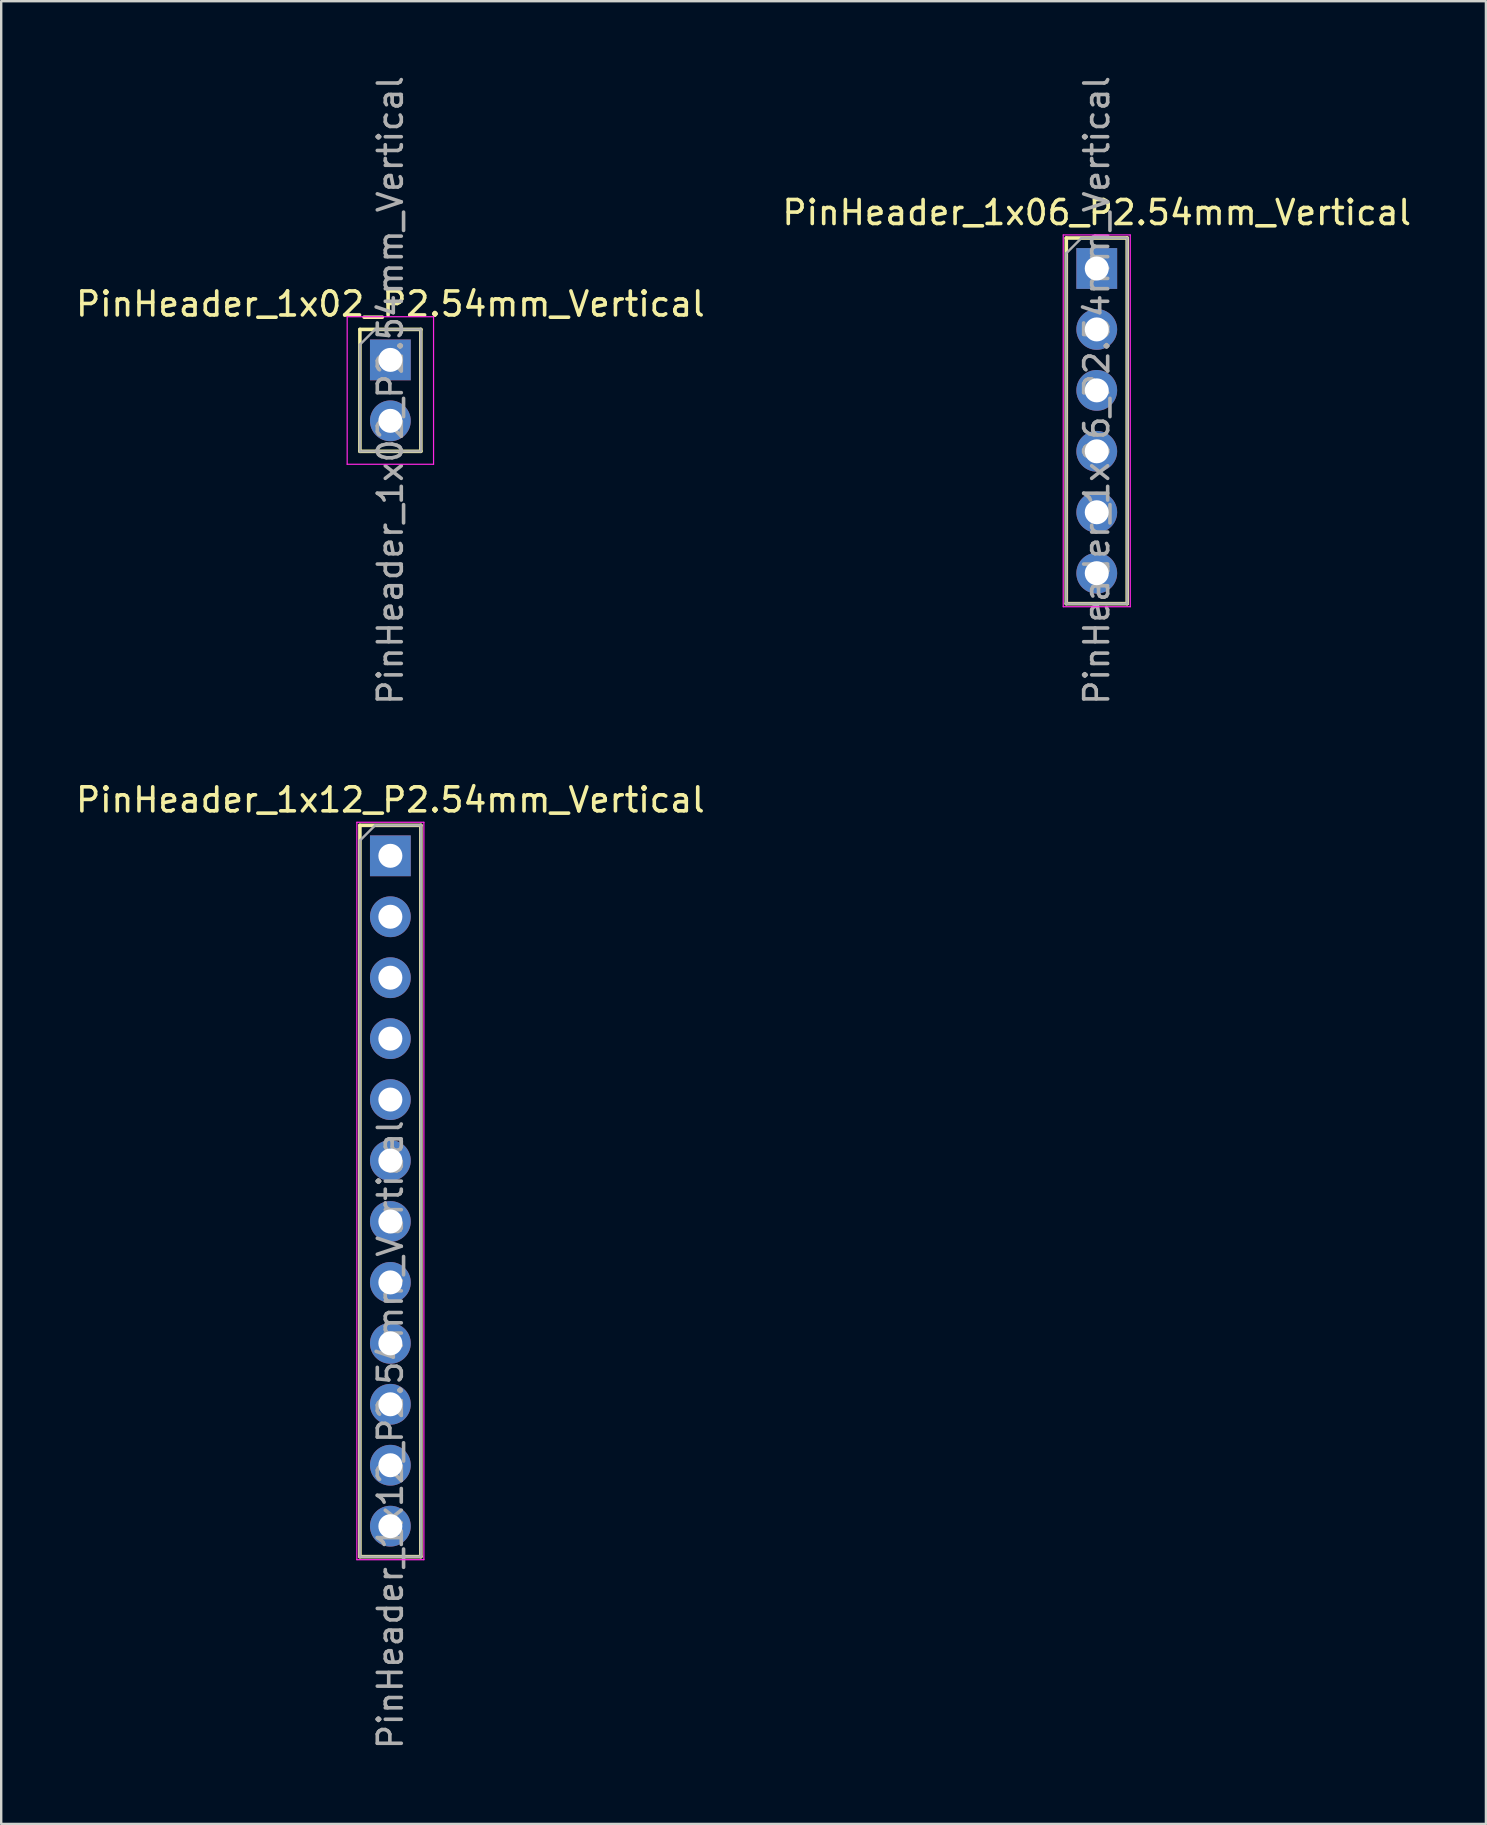
<source format=kicad_pcb>
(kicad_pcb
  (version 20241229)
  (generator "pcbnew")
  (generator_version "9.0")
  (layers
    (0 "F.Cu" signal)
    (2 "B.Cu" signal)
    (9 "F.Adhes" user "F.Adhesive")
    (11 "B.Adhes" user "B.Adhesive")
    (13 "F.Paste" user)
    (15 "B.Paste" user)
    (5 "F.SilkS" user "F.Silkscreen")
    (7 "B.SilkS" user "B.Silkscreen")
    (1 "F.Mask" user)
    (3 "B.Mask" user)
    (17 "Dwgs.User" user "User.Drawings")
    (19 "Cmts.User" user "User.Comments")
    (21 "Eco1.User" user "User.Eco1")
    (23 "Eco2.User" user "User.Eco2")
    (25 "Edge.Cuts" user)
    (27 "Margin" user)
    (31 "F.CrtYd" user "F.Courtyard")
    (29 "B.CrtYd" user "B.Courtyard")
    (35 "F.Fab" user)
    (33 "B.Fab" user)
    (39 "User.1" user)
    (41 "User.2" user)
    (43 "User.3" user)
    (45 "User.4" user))
  (footprint "PinHeader_1x02_P2.54mm_Vertical"
    (layer "F.Cu")
    (at 13.22 11.95)
    (property "Reference" "PinHeader_1x02_P2.54mm_Vertical" (at 0 -2.33 0) (layer "F.SilkS") (effects (font (size 1 1) (thickness 0.15))))
    (attr through_hole)
    (fp_line (start -1.27 -1.27) (end 1.27 -1.27) (stroke (width 0.15) (type solid)) (layer "F.SilkS"))
    (fp_line (start -1.27 3.81) (end -1.27 -1.27) (stroke (width 0.15) (type solid)) (layer "F.SilkS"))
    (fp_line (start 1.27 -1.27) (end 1.27 3.81) (stroke (width 0.15) (type solid)) (layer "F.SilkS"))
    (fp_line (start 1.27 3.81) (end -1.27 3.81) (stroke (width 0.15) (type solid)) (layer "F.SilkS"))
    (fp_line (start -1.8 -1.8) (end -1.8 4.35) (stroke (width 0.05) (type solid)) (layer "F.CrtYd"))
    (fp_line (start -1.8 4.35) (end 1.8 4.35) (stroke (width 0.05) (type solid)) (layer "F.CrtYd"))
    (fp_line (start 1.8 -1.8) (end -1.8 -1.8) (stroke (width 0.05) (type solid)) (layer "F.CrtYd"))
    (fp_line (start 1.8 4.35) (end 1.8 -1.8) (stroke (width 0.05) (type solid)) (layer "F.CrtYd"))
    (fp_line (start -1.27 -0.635) (end -0.635 -1.27) (stroke (width 0.1) (type solid)) (layer "F.Fab"))
    (fp_line (start -1.27 3.81) (end -1.27 -0.635) (stroke (width 0.1) (type solid)) (layer "F.Fab"))
    (fp_line (start -0.635 -1.27) (end 1.27 -1.27) (stroke (width 0.1) (type solid)) (layer "F.Fab"))
    (fp_line (start 1.27 -1.27) (end 1.27 3.81) (stroke (width 0.1) (type solid)) (layer "F.Fab"))
    (fp_line (start 1.27 3.81) (end -1.27 3.81) (stroke (width 0.1) (type solid)) (layer "F.Fab"))
    (fp_text user "${REFERENCE}" (at 0 1.27 90) (layer "F.Fab") (effects (font (size 1 1) (thickness 0.15))))
    (pad "1" thru_hole rect (at 0 0) (size 1.7 1.7) (drill 1) (layers "*.Cu" "*.Mask"))
    (pad "2" thru_hole oval (at 0 2.54) (size 1.7 1.7) (drill 1) (layers "*.Cu" "*.Mask")))
  (footprint "PinHeader_1x06_P2.54mm_Vertical"
    (layer "F.Cu")
    (at 42.661 8.14)
    (property "Reference" "PinHeader_1x06_P2.54mm_Vertical" (at 0 -2.33 0) (layer "F.SilkS") (effects (font (size 1 1) (thickness 0.15))))
    (attr through_hole)
    (fp_line (start -1.27 -1.27) (end -1.27 13.97) (stroke (width 0.15) (type solid)) (layer "F.SilkS"))
    (fp_line (start -1.27 -1.27) (end 1.27 -1.27) (stroke (width 0.15) (type solid)) (layer "F.SilkS"))
    (fp_line (start -1.27 13.97) (end 1.27 13.97) (stroke (width 0.15) (type solid)) (layer "F.SilkS"))
    (fp_line (start 1.27 -1.27) (end 1.27 13.97) (stroke (width 0.15) (type solid)) (layer "F.SilkS"))
    (fp_line (start -1.397 -1.397) (end -1.397 14.097) (stroke (width 0.05) (type solid)) (layer "F.CrtYd"))
    (fp_line (start -1.397 14.097) (end 1.397 14.097) (stroke (width 0.05) (type solid)) (layer "F.CrtYd"))
    (fp_line (start 1.397 -1.397) (end -1.397 -1.397) (stroke (width 0.05) (type solid)) (layer "F.CrtYd"))
    (fp_line (start 1.397 14.097) (end 1.397 -1.397) (stroke (width 0.05) (type solid)) (layer "F.CrtYd"))
    (fp_line (start -1.27 -0.635) (end -0.635 -1.27) (stroke (width 0.1) (type solid)) (layer "F.Fab"))
    (fp_line (start -1.27 13.97) (end -1.27 -0.635) (stroke (width 0.1) (type solid)) (layer "F.Fab"))
    (fp_line (start -0.635 -1.27) (end 1.27 -1.27) (stroke (width 0.1) (type solid)) (layer "F.Fab"))
    (fp_line (start 1.27 -1.27) (end 1.27 13.97) (stroke (width 0.1) (type solid)) (layer "F.Fab"))
    (fp_line (start 1.27 13.97) (end -1.27 13.97) (stroke (width 0.1) (type solid)) (layer "F.Fab"))
    (fp_text user "${REFERENCE}" (at 0 5.08 90) (layer "F.Fab") (effects (font (size 1 1) (thickness 0.15))))
    (pad "1" thru_hole rect (at 0 0) (size 1.7 1.7) (drill 1) (layers "*.Cu" "*.Mask"))
    (pad "2" thru_hole oval (at 0 2.54) (size 1.7 1.7) (drill 1) (layers "*.Cu" "*.Mask"))
    (pad "3" thru_hole oval (at 0 5.08) (size 1.7 1.7) (drill 1) (layers "*.Cu" "*.Mask"))
    (pad "4" thru_hole oval (at 0 7.62) (size 1.7 1.7) (drill 1) (layers "*.Cu" "*.Mask"))
    (pad "5" thru_hole oval (at 0 10.16) (size 1.7 1.7) (drill 1) (layers "*.Cu" "*.Mask"))
    (pad "6" thru_hole oval (at 0 12.7) (size 1.7 1.7) (drill 1) (layers "*.Cu" "*.Mask")))
  (footprint "PinHeader_1x12_P2.54mm_Vertical"
    (layer "F.Cu")
    (at 13.22 32.619)
    (property "Reference" "PinHeader_1x12_P2.54mm_Vertical" (at 0 -2.33 0) (layer "F.SilkS") (effects (font (size 1 1) (thickness 0.15))))
    (attr through_hole)
    (fp_line (start -1.27 -1.27) (end -1.27 29.21) (stroke (width 0.15) (type solid)) (layer "F.SilkS"))
    (fp_line (start -1.27 -1.27) (end 1.27 -1.27) (stroke (width 0.15) (type solid)) (layer "F.SilkS"))
    (fp_line (start -1.27 29.21) (end 1.27 29.21) (stroke (width 0.15) (type solid)) (layer "F.SilkS"))
    (fp_line (start 1.27 -1.27) (end 1.27 29.21) (stroke (width 0.15) (type solid)) (layer "F.SilkS"))
    (fp_line (start -1.397 -1.397) (end -1.397 29.337) (stroke (width 0.05) (type solid)) (layer "F.CrtYd"))
    (fp_line (start -1.397 29.337) (end 1.397 29.337) (stroke (width 0.05) (type solid)) (layer "F.CrtYd"))
    (fp_line (start 1.397 -1.397) (end -1.397 -1.397) (stroke (width 0.05) (type solid)) (layer "F.CrtYd"))
    (fp_line (start 1.397 29.337) (end 1.397 -1.397) (stroke (width 0.05) (type solid)) (layer "F.CrtYd"))
    (fp_line (start -1.27 -0.635) (end -0.635 -1.27) (stroke (width 0.1) (type solid)) (layer "F.Fab"))
    (fp_line (start -1.27 29.21) (end -1.27 -0.635) (stroke (width 0.1) (type solid)) (layer "F.Fab"))
    (fp_line (start -0.635 -1.27) (end 1.27 -1.27) (stroke (width 0.1) (type solid)) (layer "F.Fab"))
    (fp_line (start 1.27 -1.27) (end 1.27 29.21) (stroke (width 0.1) (type solid)) (layer "F.Fab"))
    (fp_line (start 1.27 29.21) (end -1.27 29.21) (stroke (width 0.1) (type solid)) (layer "F.Fab"))
    (fp_text user "${REFERENCE}" (at 0 24.13 90) (layer "F.Fab") (effects (font (size 1 1) (thickness 0.15))))
    (pad "1" thru_hole rect (at 0 0) (size 1.7 1.7) (drill 1) (layers "*.Cu" "*.Mask"))
    (pad "2" thru_hole oval (at 0 2.54) (size 1.7 1.7) (drill 1) (layers "*.Cu" "*.Mask"))
    (pad "3" thru_hole oval (at 0 5.08) (size 1.7 1.7) (drill 1) (layers "*.Cu" "*.Mask"))
    (pad "4" thru_hole oval (at 0 7.62) (size 1.7 1.7) (drill 1) (layers "*.Cu" "*.Mask"))
    (pad "5" thru_hole oval (at 0 10.16) (size 1.7 1.7) (drill 1) (layers "*.Cu" "*.Mask"))
    (pad "6" thru_hole oval (at 0 12.7) (size 1.7 1.7) (drill 1) (layers "*.Cu" "*.Mask"))
    (pad "7" thru_hole oval (at 0 15.24) (size 1.7 1.7) (drill 1) (layers "*.Cu" "*.Mask"))
    (pad "8" thru_hole oval (at 0 17.78) (size 1.7 1.7) (drill 1) (layers "*.Cu" "*.Mask"))
    (pad "9" thru_hole oval (at 0 20.32) (size 1.7 1.7) (drill 1) (layers "*.Cu" "*.Mask"))
    (pad "10" thru_hole oval (at 0 22.86) (size 1.7 1.7) (drill 1) (layers "*.Cu" "*.Mask"))
    (pad "11" thru_hole oval (at 0 25.4) (size 1.7 1.7) (drill 1) (layers "*.Cu" "*.Mask"))
    (pad "12" thru_hole oval (at 0 27.94) (size 1.7 1.7) (drill 1) (layers "*.Cu" "*.Mask")))
  (gr_rect
    (start -3 -3)
    (end 58.881 72.969)
    (stroke (width 0.1) (type default))
    (fill no)
    (layer "Edge.Cuts")))
</source>
